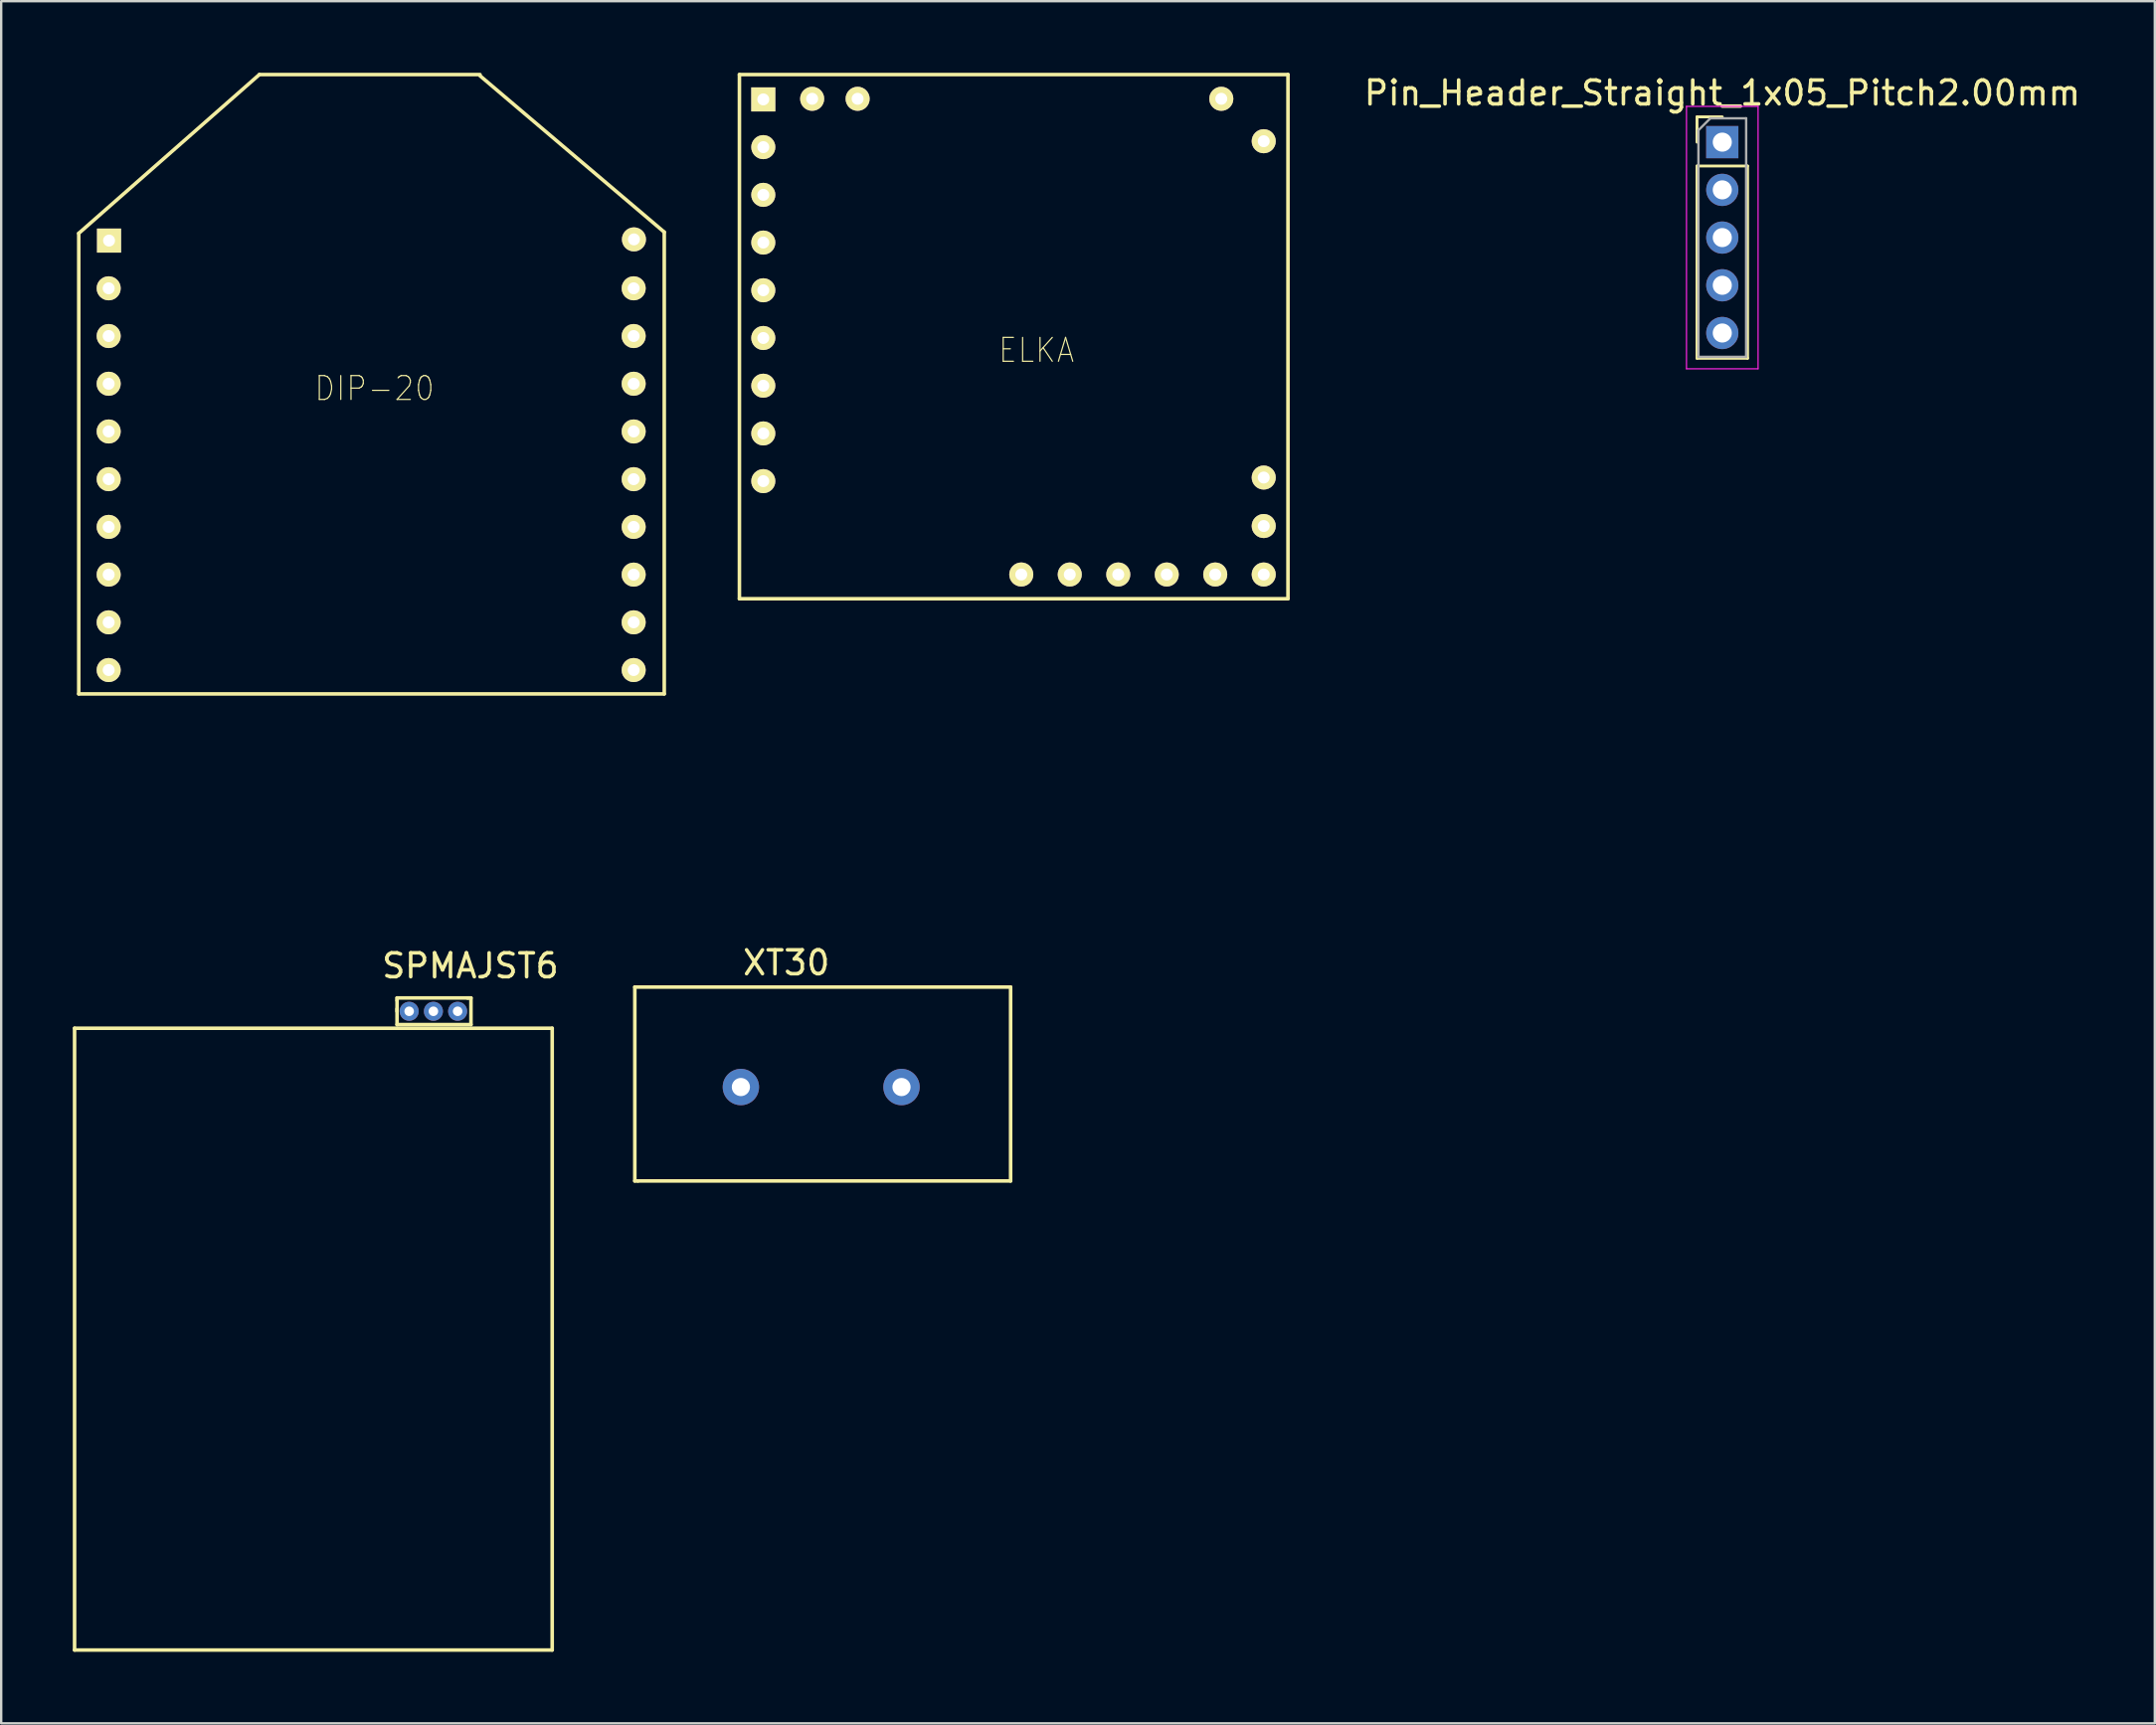
<source format=kicad_pcb>
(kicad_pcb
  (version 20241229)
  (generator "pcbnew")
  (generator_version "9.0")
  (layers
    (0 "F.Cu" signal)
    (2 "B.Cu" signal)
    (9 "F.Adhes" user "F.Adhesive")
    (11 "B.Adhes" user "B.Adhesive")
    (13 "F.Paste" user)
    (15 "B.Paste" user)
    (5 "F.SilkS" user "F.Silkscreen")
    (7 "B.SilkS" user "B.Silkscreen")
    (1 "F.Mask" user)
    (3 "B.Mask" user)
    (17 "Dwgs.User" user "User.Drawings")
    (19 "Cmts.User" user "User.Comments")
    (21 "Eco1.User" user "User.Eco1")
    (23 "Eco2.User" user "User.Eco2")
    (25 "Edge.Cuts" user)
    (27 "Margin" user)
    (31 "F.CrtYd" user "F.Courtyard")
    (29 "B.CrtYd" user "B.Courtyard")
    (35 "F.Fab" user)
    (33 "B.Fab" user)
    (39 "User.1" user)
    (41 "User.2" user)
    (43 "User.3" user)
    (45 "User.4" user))
  (footprint "Pin_Header_Straight_1x05_Pitch2.00mm"
    (layer "F.Cu")
    (at 69.123 2.908)
    (property "Reference" "Pin_Header_Straight_1x05_Pitch2.00mm" (at 0 -2.06 0) (layer "F.SilkS") (effects (font (size 1 1) (thickness 0.15))))
    (attr through_hole)
    (fp_line (start -1.06 -1.06) (end 0 -1.06) (stroke (width 0.12) (type solid)) (layer "F.SilkS"))
    (fp_line (start -1.06 0) (end -1.06 -1.06) (stroke (width 0.12) (type solid)) (layer "F.SilkS"))
    (fp_line (start -1.06 1) (end -1.06 9.06) (stroke (width 0.12) (type solid)) (layer "F.SilkS"))
    (fp_line (start -1.06 1) (end 1.06 1) (stroke (width 0.12) (type solid)) (layer "F.SilkS"))
    (fp_line (start -1.06 9.06) (end 1.06 9.06) (stroke (width 0.12) (type solid)) (layer "F.SilkS"))
    (fp_line (start 1.06 1) (end 1.06 9.06) (stroke (width 0.12) (type solid)) (layer "F.SilkS"))
    (fp_line (start -1.5 -1.5) (end -1.5 9.5) (stroke (width 0.05) (type solid)) (layer "F.CrtYd"))
    (fp_line (start -1.5 9.5) (end 1.5 9.5) (stroke (width 0.05) (type solid)) (layer "F.CrtYd"))
    (fp_line (start 1.5 -1.5) (end -1.5 -1.5) (stroke (width 0.05) (type solid)) (layer "F.CrtYd"))
    (fp_line (start 1.5 9.5) (end 1.5 -1.5) (stroke (width 0.05) (type solid)) (layer "F.CrtYd"))
    (fp_line (start -1 -0.5) (end -0.5 -1) (stroke (width 0.1) (type solid)) (layer "F.Fab"))
    (fp_line (start -1 9) (end -1 -0.5) (stroke (width 0.1) (type solid)) (layer "F.Fab"))
    (fp_line (start -0.5 -1) (end 1 -1) (stroke (width 0.1) (type solid)) (layer "F.Fab"))
    (fp_line (start 1 -1) (end 1 9) (stroke (width 0.1) (type solid)) (layer "F.Fab"))
    (fp_line (start 1 9) (end -1 9) (stroke (width 0.1) (type solid)) (layer "F.Fab"))
    (pad "1" thru_hole rect (at 0 0) (size 1.35 1.35) (drill 0.8) (layers "*.Cu" "*.Mask"))
    (pad "2" thru_hole oval (at 0 2) (size 1.35 1.35) (drill 0.8) (layers "*.Cu" "*.Mask"))
    (pad "3" thru_hole oval (at 0 4) (size 1.35 1.35) (drill 0.8) (layers "*.Cu" "*.Mask"))
    (pad "4" thru_hole oval (at 0 6) (size 1.35 1.35) (drill 0.8) (layers "*.Cu" "*.Mask"))
    (pad "5" thru_hole oval (at 0 8) (size 1.35 1.35) (drill 0.8) (layers "*.Cu" "*.Mask")))
  (footprint "DIP-20"
    (layer "F.Cu")
    (at 0.25 33.044)
    (property "Reference" "DIP-20" (at 12.395 -19.812 0) (layer "F.SilkS") (effects (font (size 1 0.9) (thickness 0.05))))
    (attr through_hole)
    (fp_line (start 0 -26.314) (end 7.569 -32.969) (stroke (width 0.15) (type solid)) (layer "F.SilkS"))
    (fp_line (start 0 -7.01) (end 0 -26.314) (stroke (width 0.15) (type solid)) (layer "F.SilkS"))
    (fp_line (start 7.569 -32.969) (end 16.815 -32.969) (stroke (width 0.15) (type solid)) (layer "F.SilkS"))
    (fp_line (start 16.815 -32.918) (end 24.536 -26.365) (stroke (width 0.15) (type solid)) (layer "F.SilkS"))
    (fp_line (start 24.536 -26.365) (end 24.536 -7.01) (stroke (width 0.15) (type solid)) (layer "F.SilkS"))
    (fp_line (start 24.536 -7.01) (end 0 -7.01) (stroke (width 0.15) (type solid)) (layer "F.SilkS"))
    (pad "1" thru_hole rect (at 1.27 -26.01) (size 1.008 1.008) (drill 0.5) (layers "*.Cu" "*.Mask" "F.SilkS"))
    (pad "2" thru_hole circle (at 1.254 -24.009) (size 1.008 1.008) (drill 0.5) (layers "*.Cu" "*.Mask" "F.SilkS"))
    (pad "3" thru_hole circle (at 1.254 -22.009) (size 1.008 1.008) (drill 0.5) (layers "*.Cu" "*.Mask" "F.SilkS"))
    (pad "4" thru_hole circle (at 1.254 -20.009) (size 1.008 1.008) (drill 0.5) (layers "*.Cu" "*.Mask" "F.SilkS"))
    (pad "5" thru_hole circle (at 1.254 -18.009) (size 1.008 1.008) (drill 0.5) (layers "*.Cu" "*.Mask" "F.SilkS"))
    (pad "6" thru_hole circle (at 1.254 -16.009) (size 1.008 1.008) (drill 0.5) (layers "*.Cu" "*.Mask" "F.SilkS"))
    (pad "7" thru_hole circle (at 1.254 -14.009) (size 1.008 1.008) (drill 0.5) (layers "*.Cu" "*.Mask" "F.SilkS"))
    (pad "8" thru_hole circle (at 1.254 -12.009) (size 1.008 1.008) (drill 0.5) (layers "*.Cu" "*.Mask" "F.SilkS"))
    (pad "9" thru_hole circle (at 1.254 -10.009) (size 1.008 1.008) (drill 0.5) (layers "*.Cu" "*.Mask" "F.SilkS"))
    (pad "10" thru_hole circle (at 1.254 -8.009) (size 1.008 1.008) (drill 0.5) (layers "*.Cu" "*.Mask" "F.SilkS"))
    (pad "11" thru_hole circle (at 23.254 -8.009) (size 1.008 1.008) (drill 0.5) (layers "*.Cu" "*.Mask" "F.SilkS"))
    (pad "12" thru_hole circle (at 23.254 -10.009) (size 1.008 1.008) (drill 0.5) (layers "*.Cu" "*.Mask" "F.SilkS"))
    (pad "13" thru_hole circle (at 23.254 -12.009) (size 1.008 1.008) (drill 0.5) (layers "*.Cu" "*.Mask" "F.SilkS"))
    (pad "14" thru_hole circle (at 23.254 -14.009) (size 1.008 1.008) (drill 0.5) (layers "*.Cu" "*.Mask" "F.SilkS"))
    (pad "15" thru_hole circle (at 23.254 -16.009) (size 1.008 1.008) (drill 0.5) (layers "*.Cu" "*.Mask" "F.SilkS"))
    (pad "16" thru_hole circle (at 23.254 -18.009) (size 1.008 1.008) (drill 0.5) (layers "*.Cu" "*.Mask" "F.SilkS"))
    (pad "17" thru_hole circle (at 23.254 -20.009) (size 1.008 1.008) (drill 0.5) (layers "*.Cu" "*.Mask" "F.SilkS"))
    (pad "18" thru_hole circle (at 23.254 -22.009) (size 1.008 1.008) (drill 0.5) (layers "*.Cu" "*.Mask" "F.SilkS"))
    (pad "19" thru_hole circle (at 23.254 -24.009) (size 1.008 1.008) (drill 0.5) (layers "*.Cu" "*.Mask" "F.SilkS"))
    (pad "20" thru_hole circle (at 23.266 -26.06) (size 1.008 1.008) (drill 0.5) (layers "*.Cu" "*.Mask" "F.SilkS")))
  (footprint "SPMAJST6"
    (layer "F.Cu")
    (at 16.026 36.544)
    (property "Reference" "SPMAJST6" (at 0.635 0.889 0) (layer "F.SilkS") (effects (font (size 1 1) (thickness 0.15))))
    (attr through_hole)
    (fp_line (start -15.951 3.505) (end -15.951 29.566) (stroke (width 0.15) (type solid)) (layer "F.SilkS"))
    (fp_line (start -15.951 29.566) (end 4.064 29.566) (stroke (width 0.15) (type solid)) (layer "F.SilkS"))
    (fp_line (start -2.438 2.235) (end 0.508 2.235) (stroke (width 0.15) (type solid)) (layer "F.SilkS"))
    (fp_line (start -2.438 2.337) (end -2.438 2.235) (stroke (width 0.15) (type solid)) (layer "F.SilkS"))
    (fp_line (start -2.438 2.794) (end -2.438 2.337) (stroke (width 0.15) (type solid)) (layer "F.SilkS"))
    (fp_line (start -2.438 3.353) (end -2.438 2.692) (stroke (width 0.15) (type solid)) (layer "F.SilkS"))
    (fp_line (start 0.508 2.235) (end 0.559 2.235) (stroke (width 0.15) (type solid)) (layer "F.SilkS"))
    (fp_line (start 0.559 2.235) (end 0.66 2.235) (stroke (width 0.15) (type solid)) (layer "F.SilkS"))
    (fp_line (start 0.66 2.235) (end 0.66 3.353) (stroke (width 0.15) (type solid)) (layer "F.SilkS"))
    (fp_line (start 0.66 3.353) (end -2.438 3.353) (stroke (width 0.15) (type solid)) (layer "F.SilkS"))
    (fp_line (start 4.064 3.505) (end -15.951 3.505) (stroke (width 0.15) (type solid)) (layer "F.SilkS"))
    (fp_line (start 4.064 29.566) (end 4.064 3.505) (stroke (width 0.15) (type solid)) (layer "F.SilkS"))
    (pad "1" thru_hole circle (at -1.93 2.794) (size 0.8 0.8) (drill 0.4) (layers "*.Cu" "*.Mask"))
    (pad "2" thru_hole circle (at -0.914 2.794) (size 0.8 0.8) (drill 0.4) (layers "*.Cu" "*.Mask"))
    (pad "3" thru_hole circle (at 0.102 2.794) (size 0.8 0.8) (drill 0.4) (layers "*.Cu" "*.Mask")))
  (footprint "XT30"
    (layer "F.Cu")
    (at 29.394 36.544)
    (property "Reference" "XT30" (at 0.508 0.762 0) (layer "F.SilkS") (effects (font (size 1 1) (thickness 0.15))))
    (attr through_hole)
    (fp_line (start -5.842 1.778) (end -5.842 9.906) (stroke (width 0.15) (type solid)) (layer "F.SilkS"))
    (fp_line (start -5.842 1.778) (end 9.906 1.778) (stroke (width 0.15) (type solid)) (layer "F.SilkS"))
    (fp_line (start -5.842 9.906) (end -5.715 9.906) (stroke (width 0.15) (type solid)) (layer "F.SilkS"))
    (fp_line (start 9.906 1.778) (end 9.906 9.906) (stroke (width 0.15) (type solid)) (layer "F.SilkS"))
    (fp_line (start 9.906 9.906) (end -5.715 9.906) (stroke (width 0.15) (type solid)) (layer "F.SilkS"))
    (pad "1" thru_hole circle (at -1.397 5.969) (size 1.524 1.524) (drill 0.762) (layers "*.Cu" "*.Mask"))
    (pad "2" thru_hole circle (at 5.334 5.969) (size 1.524 1.524) (drill 0.762) (layers "*.Cu" "*.Mask")))
  (footprint "ELKA"
    (layer "F.Cu")
    (at 40.382 24.459)
    (property "Reference" "ELKA" (at 0 -12.827 0) (layer "F.SilkS") (effects (font (size 1 0.9) (thickness 0.05))))
    (attr through_hole)
    (fp_line (start -12.446 -24.384) (end -12.446 -2.413) (stroke (width 0.15) (type solid)) (layer "F.SilkS"))
    (fp_line (start -12.446 -2.413) (end 10.541 -2.413) (stroke (width 0.15) (type solid)) (layer "F.SilkS"))
    (fp_line (start 10.541 -24.384) (end -12.446 -24.384) (stroke (width 0.15) (type solid)) (layer "F.SilkS"))
    (fp_line (start 10.541 -2.413) (end 10.541 -24.384) (stroke (width 0.15) (type solid)) (layer "F.SilkS"))
    (pad "1" thru_hole circle (at 9.525 -7.493) (size 1.008 1.008) (drill 0.5) (layers "*.Cu" "*.Mask" "F.SilkS"))
    (pad "2" thru_hole circle (at 9.525 -5.461) (size 1.008 1.008) (drill 0.5) (layers "*.Cu" "*.Mask" "F.SilkS"))
    (pad "3" thru_hole circle (at 9.525 -3.429) (size 1.008 1.008) (drill 0.5) (layers "*.Cu" "*.Mask" "F.SilkS"))
    (pad "4" thru_hole circle (at 7.493 -3.429) (size 1.008 1.008) (drill 0.5) (layers "*.Cu" "*.Mask" "F.SilkS"))
    (pad "5" thru_hole circle (at 5.461 -3.429) (size 1.008 1.008) (drill 0.5) (layers "*.Cu" "*.Mask" "F.SilkS"))
    (pad "6" thru_hole circle (at 3.429 -3.429) (size 1.008 1.008) (drill 0.5) (layers "*.Cu" "*.Mask" "F.SilkS"))
    (pad "7" thru_hole circle (at 1.397 -3.429) (size 1.008 1.008) (drill 0.5) (layers "*.Cu" "*.Mask" "F.SilkS"))
    (pad "8" thru_hole circle (at -0.635 -3.429) (size 1.008 1.008) (drill 0.5) (layers "*.Cu" "*.Mask" "F.SilkS"))
    (pad "9" thru_hole circle (at -9.398 -23.368) (size 1.008 1.008) (drill 0.5) (layers "*.Cu" "*.Mask" "F.SilkS"))
    (pad "10" thru_hole circle (at -7.493 -23.368) (size 1.008 1.008) (drill 0.5) (layers "*.Cu" "*.Mask" "F.SilkS"))
    (pad "11" thru_hole circle (at 9.525 -21.59) (size 1.008 1.008) (drill 0.5) (layers "*.Cu" "*.Mask" "F.SilkS"))
    (pad "12" thru_hole circle (at 7.747 -23.368) (size 1.008 1.008) (drill 0.5) (layers "*.Cu" "*.Mask" "F.SilkS"))
    (pad "A" thru_hole circle (at -11.446 -7.342) (size 1.008 1.008) (drill 0.5) (layers "*.Cu" "*.Mask" "F.SilkS"))
    (pad "B" thru_hole circle (at -11.446 -9.342) (size 1.008 1.008) (drill 0.5) (layers "*.Cu" "*.Mask" "F.SilkS"))
    (pad "C" thru_hole circle (at -11.446 -11.342) (size 1.008 1.008) (drill 0.5) (layers "*.Cu" "*.Mask" "F.SilkS"))
    (pad "D" thru_hole circle (at -11.446 -13.342) (size 1.008 1.008) (drill 0.5) (layers "*.Cu" "*.Mask" "F.SilkS"))
    (pad "E" thru_hole circle (at -11.446 -15.342) (size 1.008 1.008) (drill 0.5) (layers "*.Cu" "*.Mask" "F.SilkS"))
    (pad "F" thru_hole circle (at -11.446 -17.342) (size 1.008 1.008) (drill 0.5) (layers "*.Cu" "*.Mask" "F.SilkS"))
    (pad "G" thru_hole circle (at -11.446 -19.342) (size 1.008 1.008) (drill 0.5) (layers "*.Cu" "*.Mask" "F.SilkS"))
    (pad "H" thru_hole circle (at -11.446 -21.342) (size 1.008 1.008) (drill 0.5) (layers "*.Cu" "*.Mask" "F.SilkS"))
    (pad "I" thru_hole rect (at -11.446 -23.342) (size 1.008 1.008) (drill 0.5) (layers "*.Cu" "*.Mask" "F.SilkS")))
  (gr_rect
    (start -3 -3)
    (end 87.248 69.185)
    (stroke (width 0.1) (type default))
    (fill no)
    (layer "Edge.Cuts")))
</source>
